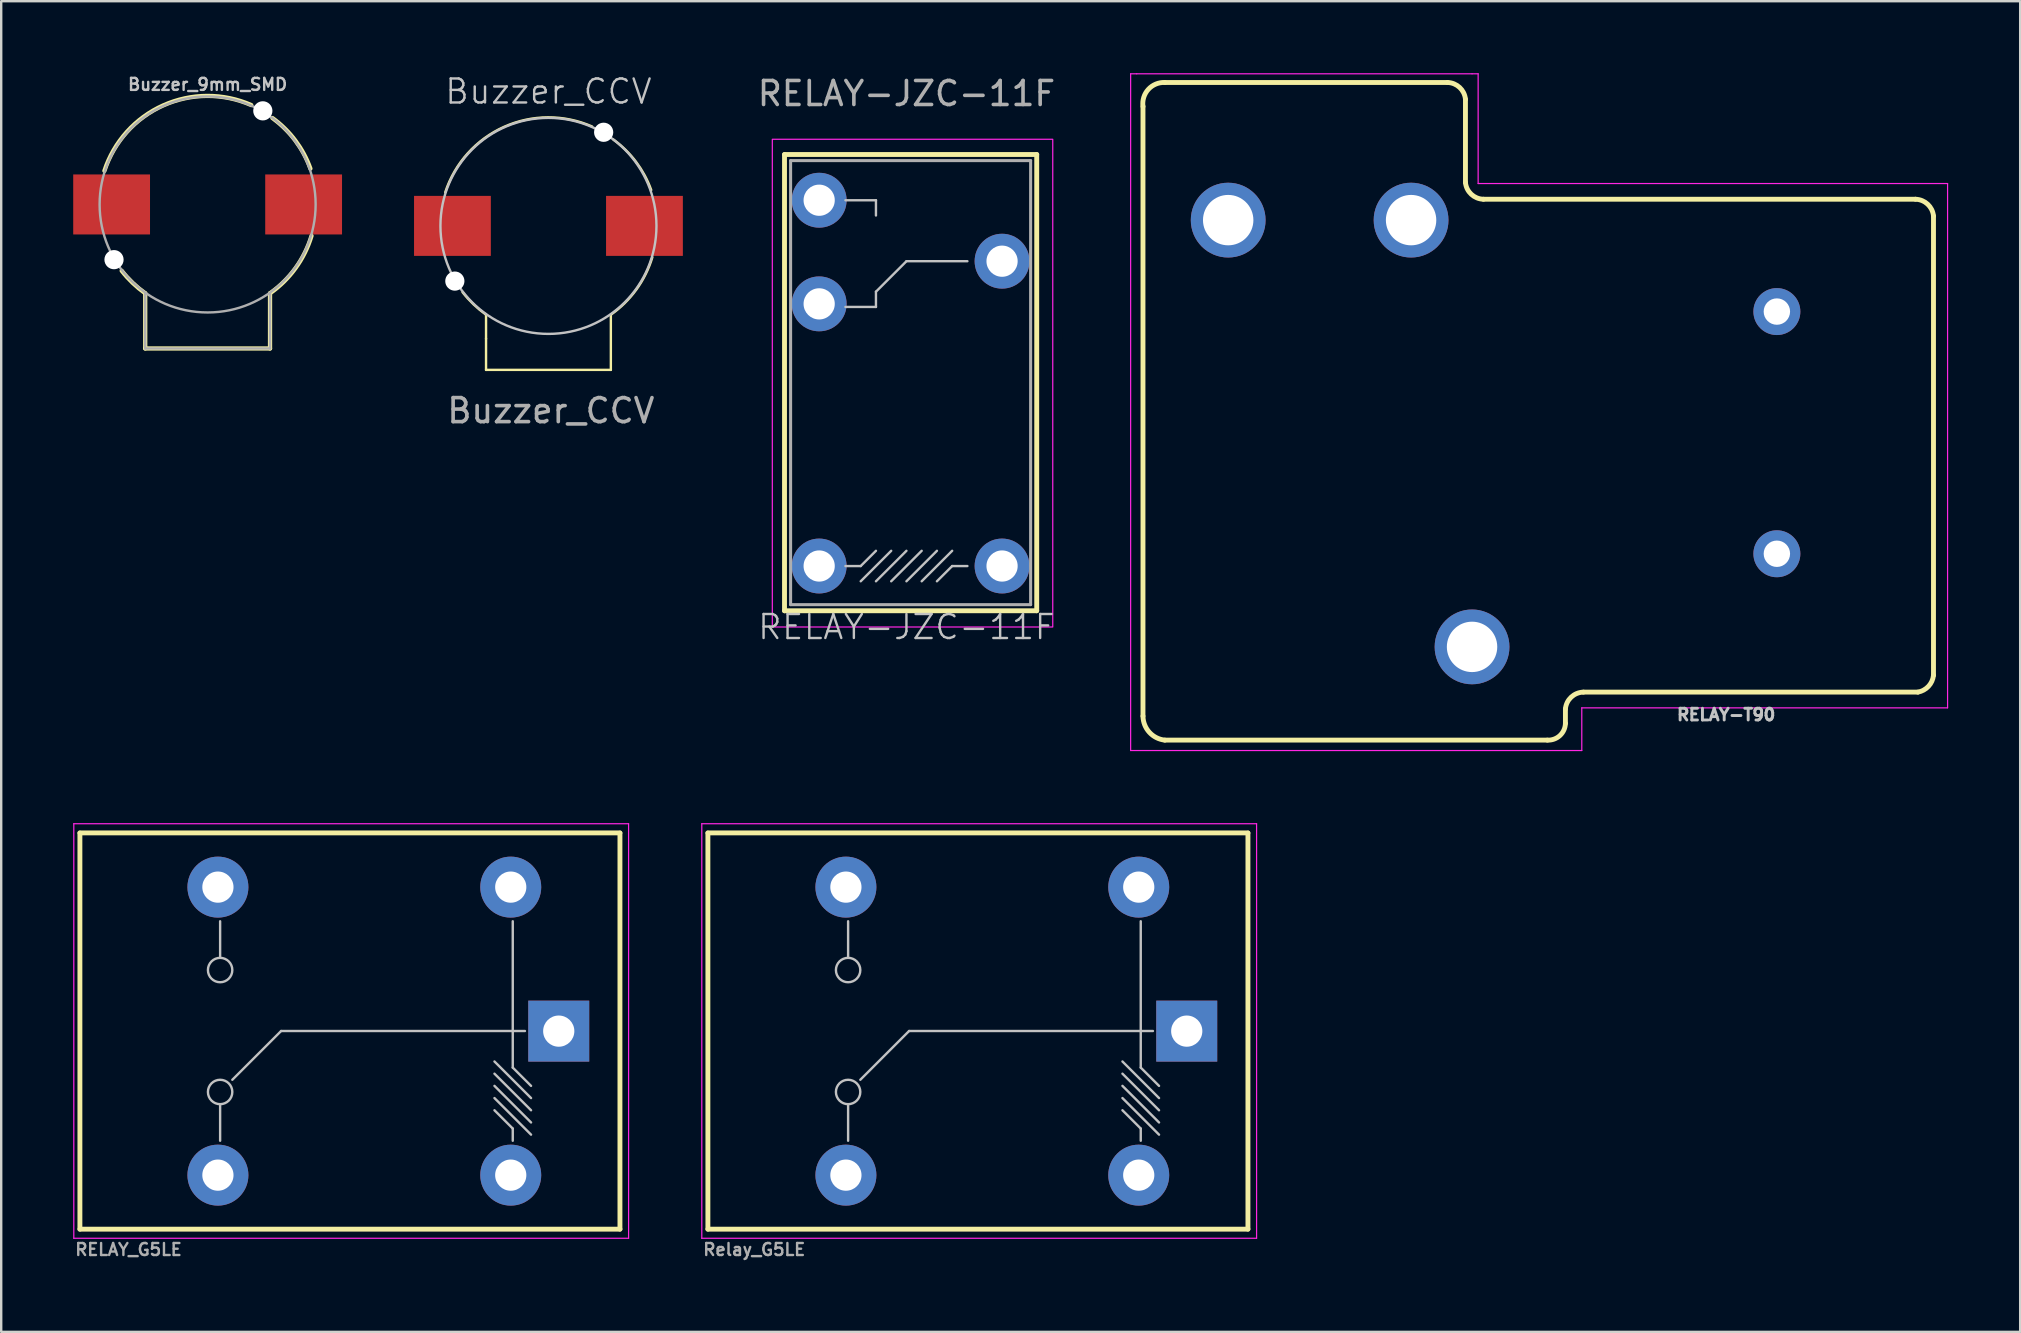
<source format=kicad_pcb>
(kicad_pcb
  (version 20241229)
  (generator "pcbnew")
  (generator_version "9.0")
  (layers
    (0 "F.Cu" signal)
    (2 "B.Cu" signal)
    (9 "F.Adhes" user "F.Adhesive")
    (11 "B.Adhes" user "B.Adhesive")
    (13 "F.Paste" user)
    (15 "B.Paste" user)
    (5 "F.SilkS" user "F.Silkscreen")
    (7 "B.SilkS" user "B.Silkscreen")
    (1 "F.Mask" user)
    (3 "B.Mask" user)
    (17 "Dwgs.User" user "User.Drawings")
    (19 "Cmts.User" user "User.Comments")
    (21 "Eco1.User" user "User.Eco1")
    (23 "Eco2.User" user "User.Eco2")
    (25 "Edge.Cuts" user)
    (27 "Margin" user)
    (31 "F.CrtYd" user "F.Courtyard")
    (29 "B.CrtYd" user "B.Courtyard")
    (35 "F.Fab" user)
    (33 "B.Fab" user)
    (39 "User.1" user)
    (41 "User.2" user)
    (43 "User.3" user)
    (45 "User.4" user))
  (footprint "Buzzer_9mm_SMD"
    (layer "F.Cu")
    (at 5.6 5.468)
    (property "Reference" "Buzzer_9mm_SMD" (at 0 -5 0) (unlocked yes) (layer "Dwgs.User") (effects (font (size 0.5 0.5) (thickness 0.1))))
    (attr smd)
    (fp_line (start -2.6 3.7) (end -2.6 6) (stroke (width 0.178) (type default)) (layer "F.SilkS"))
    (fp_line (start -2.6 6) (end 2.6 6) (stroke (width 0.178) (type default)) (layer "F.SilkS"))
    (fp_line (start 2.6 6) (end 2.6 3.7) (stroke (width 0.178) (type default)) (layer "F.SilkS"))
    (fp_arc (start -4.299999 -1.4) (mid -1.84881 -4.126971) (end 1.817866 -4.140695) (stroke (width 0.1778) (type default)) (layer "F.SilkS"))
    (fp_arc (start -2.6 3.699999) (mid -3.124101 3.266774) (end -3.5796 2.761911) (stroke (width 0.1778) (type default)) (layer "F.SilkS"))
    (fp_arc (start 2.7 -3.599999) (mid 3.650799 -2.666799) (end 4.282012 -1.493576) (stroke (width 0.1778) (type default)) (layer "F.SilkS"))
    (fp_arc (start 4.32867 1.308668) (mid 3.664865 2.649295) (end 2.6 3.699999) (stroke (width 0.1778) (type default)) (layer "F.SilkS"))
    (fp_line (start -2.9 6.2) (end -2.9 3.8) (stroke (width 0.1) (type default)) (layer "Margin"))
    (fp_line (start 2.9 6.2) (end -2.9 6.2) (stroke (width 0.1) (type default)) (layer "Margin"))
    (fp_line (start 2.9 6.2) (end 2.9 3.8) (stroke (width 0.1) (type default)) (layer "Margin"))
    (fp_arc (start -2.9 3.8) (mid 0 -4.780167) (end 2.9 3.8) (stroke (width 0.1) (type default)) (layer "Margin"))
    (fp_line (start -2.6 3.7) (end -2.6 6) (stroke (width 0.102) (type default)) (layer "F.Fab"))
    (fp_line (start -2.6 6) (end 2.6 6) (stroke (width 0.102) (type default)) (layer "F.Fab"))
    (fp_line (start 2.6 6) (end 2.6 3.7) (stroke (width 0.102) (type default)) (layer "F.Fab"))
    (fp_circle (center 0 0) (end 4.5 0) (stroke (width 0.1) (type default)) (fill no) (layer "F.Fab"))
    (pad "" np_thru_hole circle (at -3.9 2.3) (size 0.8 0.8) (drill 0.8) (layers "*.Cu" "*.Mask"))
    (pad "" np_thru_hole circle (at 2.3 -3.9) (size 0.8 0.8) (drill 0.8) (layers "*.Cu" "*.Mask"))
    (pad "1" smd rect (at 4 0) (size 3.2 2.5) (layers "F.Cu" "F.Mask" "F.Paste"))
    (pad "2" smd rect (at -4 0) (size 3.2 2.5) (layers "F.Cu" "F.Mask" "F.Paste")))
  (footprint "Relay_G5LE"
    (layer "F.Cu")
    (at 37.873 39.905)
    (property "Reference" "Relay_G5LE" (at -11.684 9.398 0) (layer "F.Fab") (effects (font (size 0.5 0.5) (thickness 0.1) (bold yes)) (justify left bottom)))
    (attr through_hole)
    (fp_line (start -11.43 -8.255) (end 11.07 -8.255) (stroke (width 0.203) (type solid)) (layer "F.SilkS"))
    (fp_line (start -11.43 8.255) (end -11.43 -8.245) (stroke (width 0.203) (type solid)) (layer "F.SilkS"))
    (fp_line (start -11.43 8.255) (end 11.07 8.255) (stroke (width 0.203) (type solid)) (layer "F.SilkS"))
    (fp_line (start 11.07 8.255) (end 11.07 -8.245) (stroke (width 0.203) (type solid)) (layer "F.SilkS"))
    (fp_line (start -5.588 -4.572) (end -5.588 -3.048) (stroke (width 0.1) (type default)) (layer "Dwgs.User"))
    (fp_line (start -5.588 4.572) (end -5.588 3.048) (stroke (width 0.1) (type default)) (layer "Dwgs.User"))
    (fp_line (start -3.048 0) (end -5.08 2.032) (stroke (width 0.1) (type default)) (layer "Dwgs.User"))
    (fp_line (start 5.842 1.27) (end 7.366 2.794) (stroke (width 0.1) (type default)) (layer "Dwgs.User"))
    (fp_line (start 5.842 1.778) (end 7.366 3.302) (stroke (width 0.1) (type default)) (layer "Dwgs.User"))
    (fp_line (start 5.842 2.286) (end 7.366 3.81) (stroke (width 0.1) (type default)) (layer "Dwgs.User"))
    (fp_line (start 5.842 2.794) (end 7.366 4.318) (stroke (width 0.1) (type default)) (layer "Dwgs.User"))
    (fp_line (start 5.842 3.302) (end 6.604 4.064) (stroke (width 0.1) (type default)) (layer "Dwgs.User"))
    (fp_line (start 6.604 -4.572) (end 6.604 1.524) (stroke (width 0.1) (type default)) (layer "Dwgs.User"))
    (fp_line (start 6.604 1.524) (end 7.366 2.286) (stroke (width 0.1) (type default)) (layer "Dwgs.User"))
    (fp_line (start 6.604 4.064) (end 6.604 4.572) (stroke (width 0.1) (type default)) (layer "Dwgs.User"))
    (fp_line (start 7.112 0) (end -3.048 0) (stroke (width 0.1) (type default)) (layer "Dwgs.User"))
    (fp_circle (center -5.588 -2.54) (end -6.096 -2.54) (stroke (width 0.1) (type default)) (fill no) (layer "Dwgs.User"))
    (fp_circle (center -5.588 2.54) (end -6.096 2.54) (stroke (width 0.1) (type default)) (fill no) (layer "Dwgs.User"))
    (fp_line (start -11.684 -8.636) (end 11.43 -8.636) (stroke (width 0.05) (type default)) (layer "F.CrtYd"))
    (fp_line (start -11.684 8.636) (end -11.684 -8.636) (stroke (width 0.05) (type default)) (layer "F.CrtYd"))
    (fp_line (start 11.43 -8.636) (end 11.43 8.636) (stroke (width 0.05) (type default)) (layer "F.CrtYd"))
    (fp_line (start 11.43 8.636) (end -11.684 8.636) (stroke (width 0.05) (type default)) (layer "F.CrtYd"))
    (pad "1" thru_hole rect (at 8.52 0.005) (size 2.54 2.54) (drill 1.3) (layers "*.Cu" "*.Mask"))
    (pad "2" thru_hole circle (at 6.52 -5.995) (size 2.54 2.54) (drill 1.3) (layers "*.Cu" "*.Mask"))
    (pad "3" thru_hole circle (at -5.68 -5.995) (size 2.54 2.54) (drill 1.3) (layers "*.Cu" "*.Mask"))
    (pad "4" thru_hole circle (at -5.68 6.005) (size 2.54 2.54) (drill 1.3) (layers "*.Cu" "*.Mask"))
    (pad "5" thru_hole circle (at 6.52 6.005) (size 2.54 2.54) (drill 1.3) (layers "*.Cu" "*.Mask")))
  (footprint "RELAY-T90"
    (layer "F.Cu")
    (at 70.98 6.121)
    (property "Reference" "RELAY-T90" (at 0 20.32 180) (layer "Dwgs.User") (effects (font (size 0.488 0.488) (thickness 0.122)) (justify right top)))
    (fp_line (start -26.41 20.665) (end -26.41 -4.735) (stroke (width 0.203) (type solid)) (layer "F.SilkS"))
    (fp_line (start -25.5 -5.735) (end -13.725 -5.735) (stroke (width 0.203) (type solid)) (layer "F.SilkS"))
    (fp_line (start -12.975 -1.57) (end -12.975 -5.035) (stroke (width 0.203) (type solid)) (layer "F.SilkS"))
    (fp_line (start -12.225 -0.87) (end 5.775 -0.87) (stroke (width 0.203) (type solid)) (layer "F.SilkS"))
    (fp_line (start -9.56 21.665) (end -25.5 21.665) (stroke (width 0.203) (type solid)) (layer "F.SilkS"))
    (fp_line (start -8.81 20.965) (end -8.81 20.365) (stroke (width 0.203) (type solid)) (layer "F.SilkS"))
    (fp_line (start -8.06 19.665) (end 5.875 19.665) (stroke (width 0.203) (type solid)) (layer "F.SilkS"))
    (fp_line (start 6.525 18.965) (end 6.525 -0.17) (stroke (width 0.203) (type solid)) (layer "F.SilkS"))
    (fp_arc (start -26.41 -4.734999) (mid -26.188154 -5.447169) (end -25.5 -5.735) (stroke (width 0.2032) (type solid)) (layer "F.SilkS"))
    (fp_arc (start -25.5 21.665) (mid -26.145125 21.338013) (end -26.41 20.664998) (stroke (width 0.2032) (type solid)) (layer "F.SilkS"))
    (fp_arc (start -13.725 -5.735) (mid -13.216936 -5.527569) (end -12.975 -5.035) (stroke (width 0.2032) (type solid)) (layer "F.SilkS"))
    (fp_arc (start -12.225 -0.87) (mid -12.733063 -1.077432) (end -12.974998 -1.57) (stroke (width 0.2032) (type solid)) (layer "F.SilkS"))
    (fp_arc (start -8.81 20.365) (mid -8.568064 19.872431) (end -8.06 19.664998) (stroke (width 0.2032) (type solid)) (layer "F.SilkS"))
    (fp_arc (start -8.81 20.965) (mid -9.0375 21.473034) (end -9.559999 21.664999) (stroke (width 0.2032) (type solid)) (layer "F.SilkS"))
    (fp_arc (start 5.775 -0.87) (mid 6.283064 -0.662568) (end 6.524999 -0.169999) (stroke (width 0.2032) (type solid)) (layer "F.SilkS"))
    (fp_arc (start 6.525 18.965) (mid 6.316659 19.423327) (end 5.874999 19.664999) (stroke (width 0.2032) (type solid)) (layer "F.SilkS"))
    (fp_line (start -26.924 -6.096) (end -26.67 -6.096) (stroke (width 0.05) (type default)) (layer "F.CrtYd"))
    (fp_line (start -26.924 22.098) (end -26.924 -6.096) (stroke (width 0.05) (type default)) (layer "F.CrtYd"))
    (fp_line (start -26.67 -6.096) (end -12.7 -6.096) (stroke (width 0.05) (type default)) (layer "F.CrtYd"))
    (fp_line (start -12.7 -6.096) (end -12.446 -6.096) (stroke (width 0.05) (type default)) (layer "F.CrtYd"))
    (fp_line (start -12.446 -6.096) (end -12.446 -1.524) (stroke (width 0.05) (type default)) (layer "F.CrtYd"))
    (fp_line (start -12.446 -1.524) (end 7.112 -1.524) (stroke (width 0.05) (type default)) (layer "F.CrtYd"))
    (fp_line (start -8.128 20.32) (end -8.128 22.098) (stroke (width 0.05) (type default)) (layer "F.CrtYd"))
    (fp_line (start -8.128 22.098) (end -26.924 22.098) (stroke (width 0.05) (type default)) (layer "F.CrtYd"))
    (fp_line (start 7.112 -1.524) (end 7.112 20.32) (stroke (width 0.05) (type default)) (layer "F.CrtYd"))
    (fp_line (start 7.112 20.32) (end -8.128 20.32) (stroke (width 0.05) (type default)) (layer "F.CrtYd"))
    (pad "1" thru_hole circle (at 0 13.9 90) (size 1.956 1.956) (drill 1.1) (layers "*.Cu" "*.Mask"))
    (pad "2" thru_hole circle (at 0 3.81 90) (size 1.956 1.956) (drill 1.1) (layers "*.Cu" "*.Mask"))
    (pad "3" thru_hole circle (at -12.7 17.78 90) (size 3.116 3.116) (drill 2.1) (layers "*.Cu" "*.Mask"))
    (pad "4" thru_hole circle (at -22.86 0 90) (size 3.116 3.116) (drill 2.1) (layers "*.Cu" "*.Mask"))
    (pad "5" thru_hole circle (at -15.24 0 90) (size 3.116 3.116) (drill 2.1) (layers "*.Cu" "*.Mask")))
  (footprint "RELAY_G5LE"
    (layer "F.Cu")
    (at 11.709 39.905)
    (property "Reference" "RELAY_G5LE" (at -11.684 9.398 0) (layer "F.Fab") (effects (font (size 0.5 0.5) (thickness 0.1) (bold yes)) (justify left bottom)))
    (fp_line (start -11.43 -8.255) (end 11.07 -8.255) (stroke (width 0.203) (type solid)) (layer "F.SilkS"))
    (fp_line (start -11.43 8.255) (end -11.43 -8.245) (stroke (width 0.203) (type solid)) (layer "F.SilkS"))
    (fp_line (start -11.43 8.255) (end 11.07 8.255) (stroke (width 0.203) (type solid)) (layer "F.SilkS"))
    (fp_line (start 11.07 8.255) (end 11.07 -8.245) (stroke (width 0.203) (type solid)) (layer "F.SilkS"))
    (fp_line (start -5.588 -4.572) (end -5.588 -3.048) (stroke (width 0.1) (type default)) (layer "Dwgs.User"))
    (fp_line (start -5.588 4.572) (end -5.588 3.048) (stroke (width 0.1) (type default)) (layer "Dwgs.User"))
    (fp_line (start -3.048 0) (end -5.08 2.032) (stroke (width 0.1) (type default)) (layer "Dwgs.User"))
    (fp_line (start 5.842 1.27) (end 7.366 2.794) (stroke (width 0.1) (type default)) (layer "Dwgs.User"))
    (fp_line (start 5.842 1.778) (end 7.366 3.302) (stroke (width 0.1) (type default)) (layer "Dwgs.User"))
    (fp_line (start 5.842 2.286) (end 7.366 3.81) (stroke (width 0.1) (type default)) (layer "Dwgs.User"))
    (fp_line (start 5.842 2.794) (end 7.366 4.318) (stroke (width 0.1) (type default)) (layer "Dwgs.User"))
    (fp_line (start 5.842 3.302) (end 6.604 4.064) (stroke (width 0.1) (type default)) (layer "Dwgs.User"))
    (fp_line (start 6.604 -4.572) (end 6.604 1.524) (stroke (width 0.1) (type default)) (layer "Dwgs.User"))
    (fp_line (start 6.604 1.524) (end 7.366 2.286) (stroke (width 0.1) (type default)) (layer "Dwgs.User"))
    (fp_line (start 6.604 4.064) (end 6.604 4.572) (stroke (width 0.1) (type default)) (layer "Dwgs.User"))
    (fp_line (start 7.112 0) (end -3.048 0) (stroke (width 0.1) (type default)) (layer "Dwgs.User"))
    (fp_circle (center -5.588 -2.54) (end -6.096 -2.54) (stroke (width 0.1) (type default)) (fill no) (layer "Dwgs.User"))
    (fp_circle (center -5.588 2.54) (end -6.096 2.54) (stroke (width 0.1) (type default)) (fill no) (layer "Dwgs.User"))
    (fp_line (start -11.684 -8.636) (end 11.43 -8.636) (stroke (width 0.05) (type default)) (layer "F.CrtYd"))
    (fp_line (start -11.684 8.636) (end -11.684 -8.636) (stroke (width 0.05) (type default)) (layer "F.CrtYd"))
    (fp_line (start 11.43 -8.636) (end 11.43 8.636) (stroke (width 0.05) (type default)) (layer "F.CrtYd"))
    (fp_line (start 11.43 8.636) (end -11.684 8.636) (stroke (width 0.05) (type default)) (layer "F.CrtYd"))
    (pad "1" thru_hole rect (at 8.52 0.005) (size 2.54 2.54) (drill 1.3) (layers "*.Cu" "*.Mask"))
    (pad "2" thru_hole circle (at 6.52 -5.995) (size 2.54 2.54) (drill 1.3) (layers "*.Cu" "*.Mask"))
    (pad "3" thru_hole circle (at -5.68 -5.995) (size 2.54 2.54) (drill 1.3) (layers "*.Cu" "*.Mask"))
    (pad "4" thru_hole circle (at -5.68 6.005) (size 2.54 2.54) (drill 1.3) (layers "*.Cu" "*.Mask"))
    (pad "5" thru_hole circle (at 6.52 6.005) (size 2.54 2.54) (drill 1.3) (layers "*.Cu" "*.Mask")))
  (footprint "Buzzer_CCV"
    (layer "F.Cu")
    (at 19.8 6.361)
    (property "Reference" "Buzzer_CCV" (at 0 -5.6 0) (unlocked yes) (layer "Dwgs.User") (effects (font (size 1 1) (thickness 0.1))))
    (attr smd)
    (fp_line (start -2.6 3.7) (end -2.6 4.7) (stroke (width 0.1) (type default)) (layer "F.SilkS"))
    (fp_line (start -2.6 4.7) (end -2.6 6) (stroke (width 0.1) (type default)) (layer "F.SilkS"))
    (fp_line (start -2.6 6) (end 2.6 6) (stroke (width 0.1) (type default)) (layer "F.SilkS"))
    (fp_line (start 2.6 6) (end 2.6 3.7) (stroke (width 0.1) (type default)) (layer "F.SilkS"))
    (fp_arc (start -4.299999 -1.4) (mid -1.84881 -4.126971) (end 1.817866 -4.140695) (stroke (width 0.1) (type default)) (layer "F.SilkS"))
    (fp_arc (start -2.6 3.699999) (mid -3.124101 3.266774) (end -3.5796 2.761911) (stroke (width 0.1) (type default)) (layer "F.SilkS"))
    (fp_arc (start 2.7 -3.599999) (mid 3.650799 -2.666799) (end 4.282012 -1.493576) (stroke (width 0.1) (type default)) (layer "F.SilkS"))
    (fp_arc (start 4.32867 1.308668) (mid 3.664865 2.649295) (end 2.6 3.699999) (stroke (width 0.1) (type default)) (layer "F.SilkS"))
    (fp_circle (center 0 0) (end 4.5 0) (stroke (width 0.1) (type default)) (fill no) (layer "Dwgs.User"))
    (fp_text user "${REFERENCE}" (at 0.1 7.7 0) (unlocked yes) (layer "F.Fab") (effects (font (size 1 1) (thickness 0.15))))
    (pad "" np_thru_hole circle (at -3.9 2.3) (size 0.8 0.8) (drill 0.8) (layers "*.Cu" "*.Mask"))
    (pad "" np_thru_hole circle (at 2.3 -3.9) (size 0.8 0.8) (drill 0.8) (layers "*.Cu" "*.Mask"))
    (pad "1" smd rect (at 4 0) (size 3.2 2.5) (layers "F.Cu" "F.Mask" "F.Paste"))
    (pad "2" smd rect (at -4 0) (size 3.2 2.5) (layers "F.Cu" "F.Mask" "F.Paste")))
  (footprint "RELAY-JZC-11F"
    (layer "F.Cu")
    (at 34.715 12.913)
    (property "Reference" "RELAY-JZC-11F" (at 0 10.16 0) (unlocked yes) (layer "Dwgs.User") (effects (font (size 1 1) (thickness 0.1))))
    (attr through_hole)
    (fp_line (start -5.08 -9.525) (end 5.428 -9.525) (stroke (width 0.203) (type solid)) (layer "F.SilkS"))
    (fp_line (start -5.08 9.483) (end -5.08 -9.525) (stroke (width 0.203) (type solid)) (layer "F.SilkS"))
    (fp_line (start 5.428 -9.525) (end 5.428 9.483) (stroke (width 0.203) (type solid)) (layer "F.SilkS"))
    (fp_line (start 5.428 9.483) (end -5.08 9.483) (stroke (width 0.203) (type solid)) (layer "F.SilkS"))
    (fp_line (start -2.54 -7.62) (end -1.27 -7.62) (stroke (width 0.1) (type default)) (layer "Dwgs.User"))
    (fp_line (start -2.54 -3.175) (end -1.27 -3.175) (stroke (width 0.1) (type default)) (layer "Dwgs.User"))
    (fp_line (start -2.54 7.62) (end -1.905 7.62) (stroke (width 0.1) (type default)) (layer "Dwgs.User"))
    (fp_line (start -1.905 7.62) (end -1.27 6.985) (stroke (width 0.1) (type default)) (layer "Dwgs.User"))
    (fp_line (start -1.905 8.255) (end -0.635 6.985) (stroke (width 0.1) (type default)) (layer "Dwgs.User"))
    (fp_line (start -1.27 -7.62) (end -1.27 -6.985) (stroke (width 0.1) (type default)) (layer "Dwgs.User"))
    (fp_line (start -1.27 -3.175) (end -1.27 -3.81) (stroke (width 0.1) (type default)) (layer "Dwgs.User"))
    (fp_line (start -1.27 8.255) (end 0 6.985) (stroke (width 0.1) (type default)) (layer "Dwgs.User"))
    (fp_line (start -0.635 8.255) (end 0.635 6.985) (stroke (width 0.1) (type default)) (layer "Dwgs.User"))
    (fp_line (start 0 -5.08) (end -1.27 -3.81) (stroke (width 0.1) (type default)) (layer "Dwgs.User"))
    (fp_line (start 0 8.255) (end 1.27 6.985) (stroke (width 0.1) (type default)) (layer "Dwgs.User"))
    (fp_line (start 0.635 8.255) (end 1.905 6.985) (stroke (width 0.1) (type default)) (layer "Dwgs.User"))
    (fp_line (start 1.905 7.62) (end 1.27 8.255) (stroke (width 0.1) (type default)) (layer "Dwgs.User"))
    (fp_line (start 2.54 -5.08) (end 0 -5.08) (stroke (width 0.1) (type default)) (layer "Dwgs.User"))
    (fp_line (start 2.54 7.62) (end 1.905 7.62) (stroke (width 0.1) (type default)) (layer "Dwgs.User"))
    (fp_rect (start -5.588 10.16) (end 6.096 -10.16) (stroke (width 0.05) (type default)) (fill no) (layer "F.CrtYd"))
    (fp_line (start -4.826 -9.271) (end 5.174 -9.271) (stroke (width 0.127) (type solid)) (layer "F.Fab"))
    (fp_line (start -4.826 9.229) (end -4.826 -9.271) (stroke (width 0.127) (type solid)) (layer "F.Fab"))
    (fp_line (start 5.174 -9.271) (end 5.174 9.229) (stroke (width 0.127) (type solid)) (layer "F.Fab"))
    (fp_line (start 5.174 9.229) (end -4.826 9.229) (stroke (width 0.127) (type solid)) (layer "F.Fab"))
    (fp_text user "${REFERENCE}" (at 0 -12.065 0) (unlocked yes) (layer "F.Fab") (effects (font (size 1 1) (thickness 0.15))))
    (pad "1" thru_hole circle (at -3.636 7.619 270) (size 2.286 2.286) (drill 1.3) (layers "*.Cu" "*.Mask"))
    (pad "2" thru_hole circle (at 3.984 7.619 270) (size 2.286 2.286) (drill 1.3) (layers "*.Cu" "*.Mask"))
    (pad "3" thru_hole circle (at 3.984 -5.081 270) (size 2.286 2.286) (drill 1.3) (layers "*.Cu" "*.Mask"))
    (pad "4" thru_hole circle (at -3.636 -3.303 270) (size 2.286 2.286) (drill 1.3) (layers "*.Cu" "*.Mask"))
    (pad "5" thru_hole circle (at -3.636 -7.621 270) (size 2.286 2.286) (drill 1.3) (layers "*.Cu" "*.Mask")))
  (gr_rect
    (start -3 -3)
    (end 81.117 52.439)
    (stroke (width 0.1) (type default))
    (fill no)
    (layer "Edge.Cuts")))
</source>
